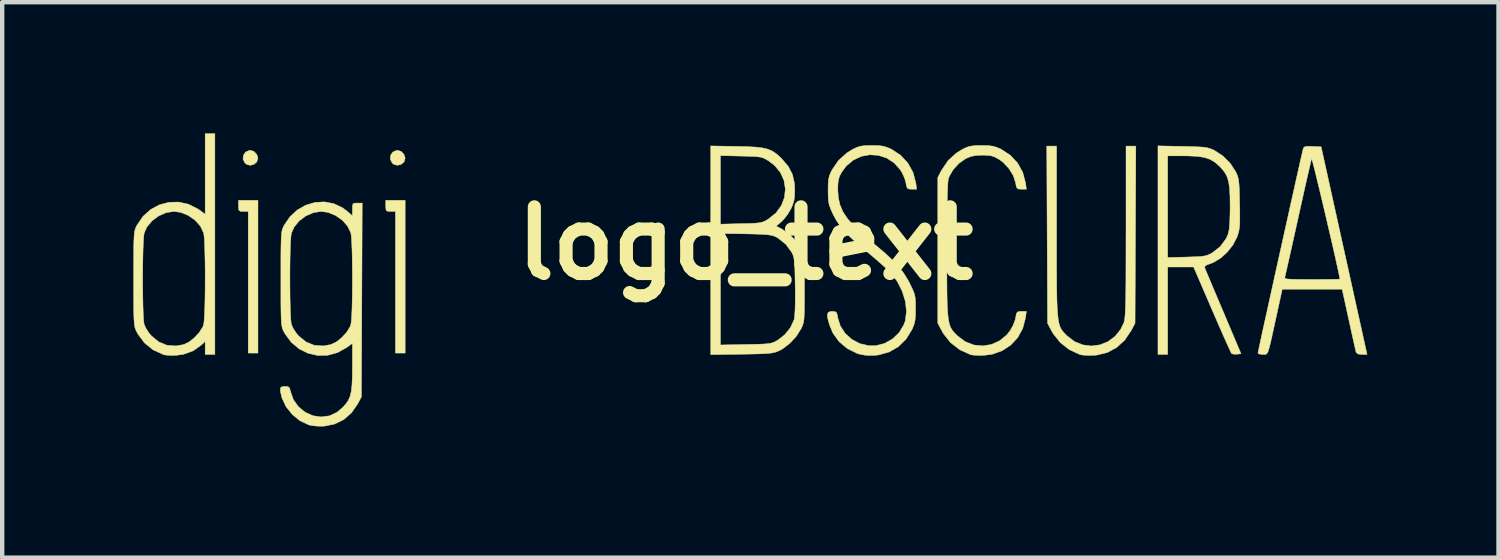
<source format=kicad_pcb>
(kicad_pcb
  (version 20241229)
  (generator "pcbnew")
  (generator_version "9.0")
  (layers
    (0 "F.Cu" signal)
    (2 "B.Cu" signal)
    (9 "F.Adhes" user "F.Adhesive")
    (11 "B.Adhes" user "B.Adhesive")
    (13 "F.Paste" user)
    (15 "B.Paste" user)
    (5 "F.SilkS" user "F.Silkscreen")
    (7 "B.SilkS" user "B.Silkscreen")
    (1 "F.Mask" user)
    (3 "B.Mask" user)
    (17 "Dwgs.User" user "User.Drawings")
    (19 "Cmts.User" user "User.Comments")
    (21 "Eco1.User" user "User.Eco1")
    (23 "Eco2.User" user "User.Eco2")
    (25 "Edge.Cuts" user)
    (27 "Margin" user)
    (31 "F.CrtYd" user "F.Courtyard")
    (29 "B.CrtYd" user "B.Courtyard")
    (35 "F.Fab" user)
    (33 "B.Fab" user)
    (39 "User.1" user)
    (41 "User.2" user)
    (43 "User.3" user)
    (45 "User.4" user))
  (footprint "logo_text"
    (layer "F.Cu")
    (at 13.991 2.513)
    (property "Reference" "logo_text" (at 0 0 0) (layer "F.SilkS") (effects (font (size 1.524 1.524) (thickness 0.3))))
    (attr through_hole)
    (fp_poly (pts (xy -11.144 2.508) (xy -11.367 2.508) (xy -11.367 -0.73) (xy -11.478 -0.73) (xy -11.549 -0.734) (xy -11.58 -0.758) (xy -11.589 -0.82) (xy -11.589 -0.857) (xy -11.589 -0.984) (xy -11.144 -0.984) (xy -11.144 2.508)) (stroke (width 0.01) (type solid)) (fill yes) (layer "F.SilkS"))
    (fp_poly (pts (xy -7.779 2.508) (xy -8.001 2.508) (xy -8.001 -0.73) (xy -8.112 -0.73) (xy -8.183 -0.734) (xy -8.215 -0.758) (xy -8.223 -0.82) (xy -8.223 -0.857) (xy -8.223 -0.984) (xy -7.779 -0.984) (xy -7.779 2.508)) (stroke (width 0.01) (type solid)) (fill yes) (layer "F.SilkS"))
    (fp_poly (pts (xy -11.234 -2.1) (xy -11.171 -2.032) (xy -11.144 -1.948) (xy -11.144 -1.947) (xy -11.171 -1.861) (xy -11.237 -1.805) (xy -11.323 -1.784) (xy -11.407 -1.808) (xy -11.441 -1.836) (xy -11.485 -1.923) (xy -11.477 -2.013) (xy -11.427 -2.087) (xy -11.341 -2.125) (xy -11.313 -2.127) (xy -11.234 -2.1)) (stroke (width 0.01) (type solid)) (fill yes) (layer "F.SilkS"))
    (fp_poly (pts (xy -7.869 -2.1) (xy -7.805 -2.032) (xy -7.779 -1.948) (xy -7.779 -1.947) (xy -7.805 -1.861) (xy -7.871 -1.805) (xy -7.957 -1.784) (xy -8.042 -1.808) (xy -8.075 -1.836) (xy -8.119 -1.923) (xy -8.112 -2.013) (xy -8.061 -2.087) (xy -7.976 -2.125) (xy -7.948 -2.127) (xy -7.869 -2.1)) (stroke (width 0.01) (type solid)) (fill yes) (layer "F.SilkS"))
    (fp_poly (pts (xy 7.112 -0.276) (xy 7.112 0.146) (xy 7.112 0.508) (xy 7.114 0.817) (xy 7.116 1.078) (xy 7.12 1.294) (xy 7.127 1.472) (xy 7.136 1.615) (xy 7.149 1.73) (xy 7.165 1.821) (xy 7.186 1.892) (xy 7.212 1.949) (xy 7.242 1.997) (xy 7.279 2.04) (xy 7.321 2.084) (xy 7.35 2.113) (xy 7.522 2.245) (xy 7.712 2.321) (xy 7.91 2.346) (xy 8.105 2.32) (xy 8.289 2.246) (xy 8.45 2.126) (xy 8.58 1.963) (xy 8.651 1.812) (xy 8.661 1.775) (xy 8.67 1.725) (xy 8.677 1.657) (xy 8.683 1.565) (xy 8.688 1.445) (xy 8.692 1.292) (xy 8.695 1.101) (xy 8.697 0.868) (xy 8.698 0.587) (xy 8.699 0.253) (xy 8.699 -0.137) (xy 8.7 -0.274) (xy 8.7 -2.223) (xy 8.924 -2.223) (xy 8.915 -0.198) (xy 8.906 1.826) (xy 8.819 1.991) (xy 8.671 2.211) (xy 8.488 2.379) (xy 8.274 2.495) (xy 8.033 2.554) (xy 7.953 2.56) (xy 7.829 2.561) (xy 7.719 2.555) (xy 7.652 2.544) (xy 7.405 2.431) (xy 7.198 2.269) (xy 7.033 2.062) (xy 6.993 1.991) (xy 6.906 1.826) (xy 6.897 -0.198) (xy 6.888 -2.223) (xy 7.112 -2.223) (xy 7.112 -0.276)) (stroke (width 0.01) (type solid)) (fill yes) (layer "F.SilkS"))
    (fp_poly (pts (xy 9.993 -2.217) (xy 10.199 -2.212) (xy 10.352 -2.206) (xy 10.465 -2.199) (xy 10.549 -2.187) (xy 10.614 -2.17) (xy 10.674 -2.147) (xy 10.716 -2.127) (xy 10.913 -1.999) (xy 11.085 -1.826) (xy 11.209 -1.634) (xy 11.237 -1.573) (xy 11.258 -1.514) (xy 11.273 -1.444) (xy 11.283 -1.353) (xy 11.29 -1.229) (xy 11.294 -1.061) (xy 11.297 -0.905) (xy 11.301 -0.697) (xy 11.301 -0.54) (xy 11.298 -0.424) (xy 11.289 -0.335) (xy 11.275 -0.262) (xy 11.255 -0.193) (xy 11.237 -0.143) (xy 11.145 0.035) (xy 11.013 0.202) (xy 10.857 0.342) (xy 10.691 0.44) (xy 10.645 0.457) (xy 10.552 0.491) (xy 10.507 0.519) (xy 10.499 0.552) (xy 10.508 0.581) (xy 10.527 0.627) (xy 10.568 0.723) (xy 10.626 0.863) (xy 10.7 1.038) (xy 10.786 1.241) (xy 10.881 1.465) (xy 10.933 1.587) (xy 11.329 2.524) (xy 11.233 2.534) (xy 11.157 2.534) (xy 11.112 2.518) (xy 11.094 2.484) (xy 11.055 2.398) (xy 10.996 2.268) (xy 10.921 2.101) (xy 10.834 1.903) (xy 10.738 1.682) (xy 10.666 1.516) (xy 10.244 0.54) (xy 9.652 0.54) (xy 9.652 2.54) (xy 9.43 2.54) (xy 9.43 -2) (xy 9.652 -2) (xy 9.652 0.324) (xy 10.089 0.313) (xy 10.266 0.307) (xy 10.393 0.301) (xy 10.485 0.29) (xy 10.554 0.273) (xy 10.614 0.248) (xy 10.675 0.214) (xy 10.852 0.075) (xy 10.984 -0.101) (xy 11.035 -0.214) (xy 11.057 -0.315) (xy 11.071 -0.478) (xy 11.078 -0.704) (xy 11.079 -0.828) (xy 11.077 -1.068) (xy 11.067 -1.255) (xy 11.046 -1.402) (xy 11.012 -1.518) (xy 10.961 -1.616) (xy 10.89 -1.707) (xy 10.84 -1.76) (xy 10.734 -1.853) (xy 10.622 -1.92) (xy 10.491 -1.964) (xy 10.329 -1.989) (xy 10.122 -1.999) (xy 10.027 -2) (xy 9.652 -2) (xy 9.43 -2) (xy 9.43 -2.228) (xy 9.993 -2.217)) (stroke (width 0.01) (type solid)) (fill yes) (layer "F.SilkS"))
    (fp_poly (pts (xy 5.544 -2.235) (xy 5.652 -2.222) (xy 5.746 -2.195) (xy 5.847 -2.15) (xy 6.055 -2.014) (xy 6.222 -1.835) (xy 6.339 -1.621) (xy 6.402 -1.384) (xy 6.422 -1.238) (xy 6.31 -1.238) (xy 6.241 -1.242) (xy 6.205 -1.266) (xy 6.186 -1.325) (xy 6.177 -1.38) (xy 6.125 -1.546) (xy 6.024 -1.71) (xy 5.89 -1.852) (xy 5.797 -1.92) (xy 5.701 -1.973) (xy 5.615 -2.002) (xy 5.512 -2.014) (xy 5.415 -2.016) (xy 5.269 -2.01) (xy 5.155 -1.987) (xy 5.045 -1.942) (xy 5.032 -1.935) (xy 4.88 -1.829) (xy 4.75 -1.687) (xy 4.658 -1.529) (xy 4.637 -1.468) (xy 4.629 -1.405) (xy 4.622 -1.283) (xy 4.616 -1.104) (xy 4.611 -0.872) (xy 4.607 -0.591) (xy 4.605 -0.263) (xy 4.604 0.108) (xy 4.604 0.161) (xy 4.604 0.535) (xy 4.605 0.85) (xy 4.607 1.114) (xy 4.611 1.331) (xy 4.618 1.507) (xy 4.629 1.648) (xy 4.644 1.76) (xy 4.663 1.848) (xy 4.689 1.918) (xy 4.721 1.975) (xy 4.759 2.025) (xy 4.806 2.074) (xy 4.847 2.115) (xy 5.024 2.247) (xy 5.219 2.323) (xy 5.422 2.344) (xy 5.622 2.312) (xy 5.81 2.228) (xy 5.974 2.093) (xy 6.054 1.991) (xy 6.117 1.877) (xy 6.164 1.755) (xy 6.177 1.698) (xy 6.193 1.61) (xy 6.218 1.569) (xy 6.267 1.557) (xy 6.31 1.556) (xy 6.422 1.556) (xy 6.402 1.702) (xy 6.339 1.943) (xy 6.225 2.153) (xy 6.065 2.325) (xy 5.867 2.455) (xy 5.637 2.536) (xy 5.451 2.56) (xy 5.325 2.561) (xy 5.214 2.556) (xy 5.144 2.544) (xy 4.897 2.431) (xy 4.689 2.269) (xy 4.525 2.062) (xy 4.485 1.991) (xy 4.397 1.826) (xy 4.397 -1.508) (xy 4.485 -1.674) (xy 4.634 -1.894) (xy 4.827 -2.068) (xy 4.962 -2.151) (xy 5.057 -2.196) (xy 5.145 -2.222) (xy 5.249 -2.235) (xy 5.393 -2.238) (xy 5.397 -2.238) (xy 5.544 -2.235)) (stroke (width 0.01) (type solid)) (fill yes) (layer "F.SilkS"))
    (fp_poly (pts (xy -12.129 2.54) (xy -12.351 2.54) (xy -12.351 2.242) (xy -12.438 2.324) (xy -12.623 2.455) (xy -12.841 2.535) (xy -13.018 2.56) (xy -13.139 2.561) (xy -13.245 2.555) (xy -13.303 2.544) (xy -13.54 2.435) (xy -13.735 2.278) (xy -13.888 2.074) (xy -13.911 2.032) (xy -13.931 1.992) (xy -13.947 1.954) (xy -13.96 1.909) (xy -13.969 1.85) (xy -13.976 1.771) (xy -13.981 1.665) (xy -13.984 1.523) (xy -13.985 1.34) (xy -13.986 1.108) (xy -13.986 0.819) (xy -13.986 0.81) (xy -13.986 0.78) (xy -13.78 0.78) (xy -13.779 1.014) (xy -13.776 1.24) (xy -13.772 1.446) (xy -13.766 1.622) (xy -13.758 1.757) (xy -13.747 1.842) (xy -13.745 1.854) (xy -13.703 1.947) (xy -13.632 2.054) (xy -13.578 2.117) (xy -13.41 2.254) (xy -13.223 2.33) (xy -13.017 2.345) (xy -12.843 2.314) (xy -12.721 2.256) (xy -12.595 2.156) (xy -12.484 2.035) (xy -12.405 1.909) (xy -12.386 1.857) (xy -12.376 1.785) (xy -12.367 1.66) (xy -12.36 1.492) (xy -12.355 1.292) (xy -12.352 1.07) (xy -12.351 0.836) (xy -12.351 0.601) (xy -12.354 0.375) (xy -12.359 0.169) (xy -12.365 -0.007) (xy -12.373 -0.142) (xy -12.384 -0.227) (xy -12.386 -0.238) (xy -12.459 -0.392) (xy -12.581 -0.529) (xy -12.736 -0.638) (xy -12.909 -0.708) (xy -13.065 -0.73) (xy -13.243 -0.702) (xy -13.415 -0.627) (xy -13.566 -0.514) (xy -13.683 -0.374) (xy -13.744 -0.238) (xy -13.755 -0.167) (xy -13.763 -0.042) (xy -13.77 0.125) (xy -13.775 0.325) (xy -13.778 0.547) (xy -13.78 0.78) (xy -13.986 0.78) (xy -13.986 0.519) (xy -13.985 0.286) (xy -13.984 0.101) (xy -13.981 -0.042) (xy -13.976 -0.149) (xy -13.97 -0.229) (xy -13.96 -0.288) (xy -13.948 -0.333) (xy -13.932 -0.372) (xy -13.912 -0.411) (xy -13.911 -0.413) (xy -13.772 -0.616) (xy -13.598 -0.773) (xy -13.398 -0.881) (xy -13.18 -0.939) (xy -12.955 -0.944) (xy -12.73 -0.893) (xy -12.516 -0.785) (xy -12.484 -0.763) (xy -12.351 -0.666) (xy -12.351 -2.508) (xy -12.129 -2.508) (xy -12.129 2.54)) (stroke (width 0.01) (type solid)) (fill yes) (layer "F.SilkS"))
    (fp_poly (pts (xy 12.964 -2.216) (xy 13.16 -2.207) (xy 13.685 0.167) (xy 14.21 2.54) (xy 14.092 2.54) (xy 14.003 2.529) (xy 13.961 2.494) (xy 13.958 2.484) (xy 13.947 2.438) (xy 13.924 2.34) (xy 13.893 2.199) (xy 13.854 2.025) (xy 13.811 1.828) (xy 13.791 1.738) (xy 13.64 1.048) (xy 12.271 1.048) (xy 12.131 1.691) (xy 12.076 1.942) (xy 12.033 2.139) (xy 11.999 2.287) (xy 11.972 2.394) (xy 11.949 2.466) (xy 11.928 2.51) (xy 11.907 2.532) (xy 11.883 2.54) (xy 11.853 2.541) (xy 11.825 2.54) (xy 11.753 2.532) (xy 11.717 2.512) (xy 11.716 2.508) (xy 11.722 2.473) (xy 11.742 2.382) (xy 11.772 2.241) (xy 11.812 2.055) (xy 11.861 1.831) (xy 11.918 1.575) (xy 11.98 1.292) (xy 12.047 0.988) (xy 12.091 0.789) (xy 12.33 0.789) (xy 12.343 0.803) (xy 12.378 0.813) (xy 12.445 0.819) (xy 12.549 0.823) (xy 12.7 0.825) (xy 12.904 0.825) (xy 12.952 0.826) (xy 13.145 0.825) (xy 13.315 0.824) (xy 13.451 0.822) (xy 13.545 0.82) (xy 13.587 0.818) (xy 13.589 0.818) (xy 13.581 0.77) (xy 13.561 0.672) (xy 13.53 0.53) (xy 13.491 0.351) (xy 13.444 0.143) (xy 13.391 -0.087) (xy 13.334 -0.331) (xy 13.276 -0.582) (xy 13.217 -0.832) (xy 13.16 -1.073) (xy 13.105 -1.3) (xy 13.056 -1.503) (xy 13.014 -1.675) (xy 12.979 -1.81) (xy 12.955 -1.9) (xy 12.943 -1.937) (xy 12.942 -1.937) (xy 12.932 -1.896) (xy 12.909 -1.801) (xy 12.876 -1.656) (xy 12.833 -1.47) (xy 12.783 -1.249) (xy 12.728 -1) (xy 12.667 -0.728) (xy 12.636 -0.587) (xy 12.574 -0.307) (xy 12.516 -0.046) (xy 12.463 0.192) (xy 12.417 0.397) (xy 12.379 0.564) (xy 12.352 0.686) (xy 12.335 0.757) (xy 12.332 0.77) (xy 12.33 0.789) (xy 12.091 0.789) (xy 12.117 0.669) (xy 12.19 0.341) (xy 12.263 0.011) (xy 12.336 -0.317) (xy 12.407 -0.637) (xy 12.474 -0.941) (xy 12.538 -1.225) (xy 12.595 -1.483) (xy 12.646 -1.708) (xy 12.688 -1.896) (xy 12.721 -2.039) (xy 12.742 -2.132) (xy 12.751 -2.168) (xy 12.771 -2.2) (xy 12.814 -2.216) (xy 12.896 -2.219) (xy 12.964 -2.216)) (stroke (width 0.01) (type solid)) (fill yes) (layer "F.SilkS"))
    (fp_poly (pts (xy 3.036 -2.235) (xy 3.144 -2.222) (xy 3.237 -2.195) (xy 3.339 -2.15) (xy 3.547 -2.014) (xy 3.713 -1.835) (xy 3.831 -1.621) (xy 3.894 -1.384) (xy 3.914 -1.238) (xy 3.802 -1.238) (xy 3.733 -1.242) (xy 3.697 -1.266) (xy 3.678 -1.325) (xy 3.669 -1.38) (xy 3.638 -1.49) (xy 3.582 -1.613) (xy 3.546 -1.673) (xy 3.402 -1.837) (xy 3.23 -1.95) (xy 3.04 -2.012) (xy 2.842 -2.025) (xy 2.647 -1.989) (xy 2.464 -1.903) (xy 2.304 -1.768) (xy 2.199 -1.626) (xy 2.153 -1.539) (xy 2.127 -1.457) (xy 2.114 -1.358) (xy 2.111 -1.222) (xy 2.123 -1.044) (xy 2.161 -0.879) (xy 2.229 -0.721) (xy 2.334 -0.563) (xy 2.479 -0.396) (xy 2.67 -0.214) (xy 2.911 -0.01) (xy 2.937 0.011) (xy 3.169 0.204) (xy 3.354 0.375) (xy 3.502 0.532) (xy 3.62 0.685) (xy 3.717 0.843) (xy 3.757 0.918) (xy 3.819 1.047) (xy 3.858 1.144) (xy 3.879 1.232) (xy 3.888 1.336) (xy 3.889 1.477) (xy 3.889 1.49) (xy 3.887 1.645) (xy 3.877 1.757) (xy 3.856 1.849) (xy 3.82 1.941) (xy 3.806 1.971) (xy 3.671 2.19) (xy 3.495 2.362) (xy 3.285 2.483) (xy 3.045 2.551) (xy 2.937 2.562) (xy 2.753 2.56) (xy 2.598 2.53) (xy 2.551 2.515) (xy 2.326 2.403) (xy 2.14 2.246) (xy 1.998 2.049) (xy 1.921 1.862) (xy 1.883 1.723) (xy 1.872 1.632) (xy 1.89 1.581) (xy 1.937 1.559) (xy 1.981 1.556) (xy 2.048 1.56) (xy 2.083 1.585) (xy 2.102 1.648) (xy 2.109 1.695) (xy 2.169 1.889) (xy 2.279 2.058) (xy 2.43 2.194) (xy 2.612 2.291) (xy 2.814 2.339) (xy 2.975 2.34) (xy 3.18 2.288) (xy 3.364 2.184) (xy 3.516 2.037) (xy 3.623 1.857) (xy 3.655 1.765) (xy 3.681 1.556) (xy 3.656 1.329) (xy 3.585 1.097) (xy 3.472 0.874) (xy 3.335 0.69) (xy 3.264 0.617) (xy 3.155 0.516) (xy 3.021 0.396) (xy 2.872 0.269) (xy 2.779 0.191) (xy 2.566 0.012) (xy 2.398 -0.141) (xy 2.266 -0.275) (xy 2.161 -0.401) (xy 2.077 -0.528) (xy 2.003 -0.664) (xy 1.993 -0.687) (xy 1.943 -0.798) (xy 1.912 -0.89) (xy 1.896 -0.985) (xy 1.89 -1.107) (xy 1.889 -1.206) (xy 1.891 -1.356) (xy 1.9 -1.462) (xy 1.919 -1.546) (xy 1.952 -1.626) (xy 1.976 -1.674) (xy 2.126 -1.894) (xy 2.319 -2.068) (xy 2.454 -2.151) (xy 2.549 -2.196) (xy 2.637 -2.222) (xy 2.741 -2.235) (xy 2.885 -2.238) (xy 2.889 -2.238) (xy 3.036 -2.235)) (stroke (width 0.01) (type solid)) (fill yes) (layer "F.SilkS"))
    (fp_poly (pts (xy -0.198 -2.217) (xy 0.048 -2.211) (xy 0.242 -2.2) (xy 0.394 -2.181) (xy 0.514 -2.152) (xy 0.614 -2.109) (xy 0.703 -2.049) (xy 0.794 -1.97) (xy 0.833 -1.931) (xy 0.981 -1.756) (xy 1.074 -1.576) (xy 1.12 -1.373) (xy 1.127 -1.222) (xy 1.123 -1.077) (xy 1.108 -0.968) (xy 1.075 -0.868) (xy 1.038 -0.787) (xy 0.968 -0.668) (xy 0.882 -0.557) (xy 0.826 -0.5) (xy 0.703 -0.394) (xy 0.844 -0.32) (xy 1.015 -0.199) (xy 1.167 -0.034) (xy 1.281 0.154) (xy 1.282 0.155) (xy 1.303 0.206) (xy 1.32 0.258) (xy 1.332 0.321) (xy 1.34 0.404) (xy 1.345 0.516) (xy 1.348 0.667) (xy 1.349 0.865) (xy 1.349 1.048) (xy 1.349 1.285) (xy 1.348 1.468) (xy 1.345 1.606) (xy 1.34 1.708) (xy 1.331 1.783) (xy 1.318 1.842) (xy 1.3 1.892) (xy 1.276 1.943) (xy 1.272 1.952) (xy 1.161 2.126) (xy 1.013 2.286) (xy 0.847 2.413) (xy 0.768 2.455) (xy 0.715 2.478) (xy 0.658 2.495) (xy 0.59 2.508) (xy 0.499 2.518) (xy 0.377 2.524) (xy 0.215 2.529) (xy 0.001 2.533) (xy -0.087 2.534) (xy -0.794 2.544) (xy -0.794 2.323) (xy -0.572 2.323) (xy 0.008 2.312) (xy 0.214 2.308) (xy 0.366 2.304) (xy 0.478 2.297) (xy 0.558 2.287) (xy 0.619 2.272) (xy 0.671 2.251) (xy 0.724 2.221) (xy 0.74 2.212) (xy 0.899 2.088) (xy 1.027 1.929) (xy 1.109 1.754) (xy 1.114 1.737) (xy 1.125 1.657) (xy 1.134 1.522) (xy 1.138 1.34) (xy 1.139 1.12) (xy 1.137 0.972) (xy 1.133 0.752) (xy 1.129 0.585) (xy 1.122 0.462) (xy 1.113 0.372) (xy 1.1 0.306) (xy 1.082 0.254) (xy 1.059 0.206) (xy 0.924 0.022) (xy 0.741 -0.123) (xy 0.699 -0.147) (xy 0.649 -0.169) (xy 0.588 -0.185) (xy 0.504 -0.197) (xy 0.388 -0.206) (xy 0.229 -0.212) (xy 0.017 -0.217) (xy 0.008 -0.217) (xy -0.572 -0.227) (xy -0.572 2.323) (xy -0.794 2.323) (xy -0.794 -0.439) (xy -0.572 -0.439) (xy -0.101 -0.45) (xy 0.082 -0.454) (xy 0.215 -0.46) (xy 0.309 -0.469) (xy 0.379 -0.483) (xy 0.436 -0.505) (xy 0.494 -0.537) (xy 0.526 -0.557) (xy 0.699 -0.696) (xy 0.821 -0.864) (xy 0.892 -1.05) (xy 0.912 -1.244) (xy 0.881 -1.438) (xy 0.799 -1.62) (xy 0.665 -1.782) (xy 0.526 -1.888) (xy 0.464 -1.925) (xy 0.408 -1.952) (xy 0.346 -1.97) (xy 0.265 -1.981) (xy 0.153 -1.988) (xy -0.004 -1.993) (xy -0.101 -1.995) (xy -0.572 -2.006) (xy -0.572 -0.439) (xy -0.794 -0.439) (xy -0.794 -2.227) (xy -0.198 -2.217)) (stroke (width 0.01) (type solid)) (fill yes) (layer "F.SilkS"))
    (fp_poly (pts (xy -9.413 -0.909) (xy -9.214 -0.815) (xy -9.119 -0.745) (xy -8.985 -0.63) (xy -8.985 -0.775) (xy -8.983 -0.864) (xy -8.968 -0.907) (xy -8.926 -0.92) (xy -8.873 -0.921) (xy -8.761 -0.921) (xy -8.77 1.294) (xy -8.779 3.508) (xy -8.863 3.667) (xy -9.006 3.874) (xy -9.185 4.03) (xy -9.395 4.132) (xy -9.634 4.179) (xy -9.652 4.18) (xy -9.798 4.178) (xy -9.933 4.162) (xy -9.99 4.147) (xy -10.187 4.053) (xy -10.361 3.91) (xy -10.501 3.735) (xy -10.593 3.539) (xy -10.602 3.508) (xy -10.63 3.389) (xy -10.634 3.317) (xy -10.609 3.282) (xy -10.551 3.271) (xy -10.529 3.27) (xy -10.457 3.276) (xy -10.421 3.307) (xy -10.401 3.38) (xy -10.399 3.389) (xy -10.334 3.575) (xy -10.219 3.735) (xy -10.065 3.861) (xy -9.885 3.941) (xy -9.7 3.968) (xy -9.505 3.942) (xy -9.334 3.859) (xy -9.207 3.751) (xy -9.133 3.669) (xy -9.077 3.587) (xy -9.038 3.496) (xy -9.011 3.384) (xy -8.995 3.242) (xy -8.987 3.057) (xy -8.985 2.82) (xy -8.985 2.814) (xy -8.985 2.286) (xy -9.118 2.382) (xy -9.33 2.499) (xy -9.553 2.559) (xy -9.779 2.563) (xy -9.998 2.513) (xy -10.202 2.413) (xy -10.381 2.263) (xy -10.526 2.067) (xy -10.546 2.032) (xy -10.566 1.992) (xy -10.582 1.954) (xy -10.594 1.909) (xy -10.604 1.85) (xy -10.611 1.771) (xy -10.615 1.665) (xy -10.618 1.523) (xy -10.62 1.34) (xy -10.62 1.108) (xy -10.62 0.819) (xy -10.62 0.81) (xy -10.62 0.78) (xy -10.414 0.78) (xy -10.413 1.014) (xy -10.411 1.24) (xy -10.406 1.446) (xy -10.4 1.622) (xy -10.392 1.757) (xy -10.382 1.842) (xy -10.379 1.854) (xy -10.337 1.947) (xy -10.267 2.054) (xy -10.213 2.117) (xy -10.045 2.254) (xy -9.858 2.33) (xy -9.652 2.345) (xy -9.477 2.314) (xy -9.355 2.256) (xy -9.229 2.156) (xy -9.118 2.035) (xy -9.04 1.909) (xy -9.021 1.857) (xy -9.01 1.785) (xy -9.001 1.66) (xy -8.994 1.492) (xy -8.989 1.292) (xy -8.986 1.07) (xy -8.985 0.836) (xy -8.986 0.601) (xy -8.989 0.375) (xy -8.993 0.169) (xy -9 -0.007) (xy -9.008 -0.142) (xy -9.018 -0.227) (xy -9.021 -0.238) (xy -9.094 -0.392) (xy -9.215 -0.529) (xy -9.37 -0.638) (xy -9.544 -0.708) (xy -9.7 -0.73) (xy -9.877 -0.702) (xy -10.049 -0.627) (xy -10.201 -0.514) (xy -10.317 -0.374) (xy -10.378 -0.238) (xy -10.389 -0.167) (xy -10.398 -0.042) (xy -10.405 0.125) (xy -10.41 0.325) (xy -10.413 0.547) (xy -10.414 0.78) (xy -10.62 0.78) (xy -10.62 0.519) (xy -10.62 0.286) (xy -10.618 0.101) (xy -10.615 -0.042) (xy -10.611 -0.149) (xy -10.604 -0.229) (xy -10.595 -0.288) (xy -10.582 -0.333) (xy -10.566 -0.372) (xy -10.546 -0.411) (xy -10.546 -0.413) (xy -10.411 -0.61) (xy -10.242 -0.765) (xy -10.048 -0.874) (xy -9.839 -0.936) (xy -9.624 -0.948) (xy -9.413 -0.909)) (stroke (width 0.01) (type solid)) (fill yes) (layer "F.SilkS")))
  (gr_rect
    (start -3 -3)
    (end 31.206 9.698)
    (stroke (width 0.1) (type default))
    (fill no)
    (layer "Edge.Cuts")))
</source>
